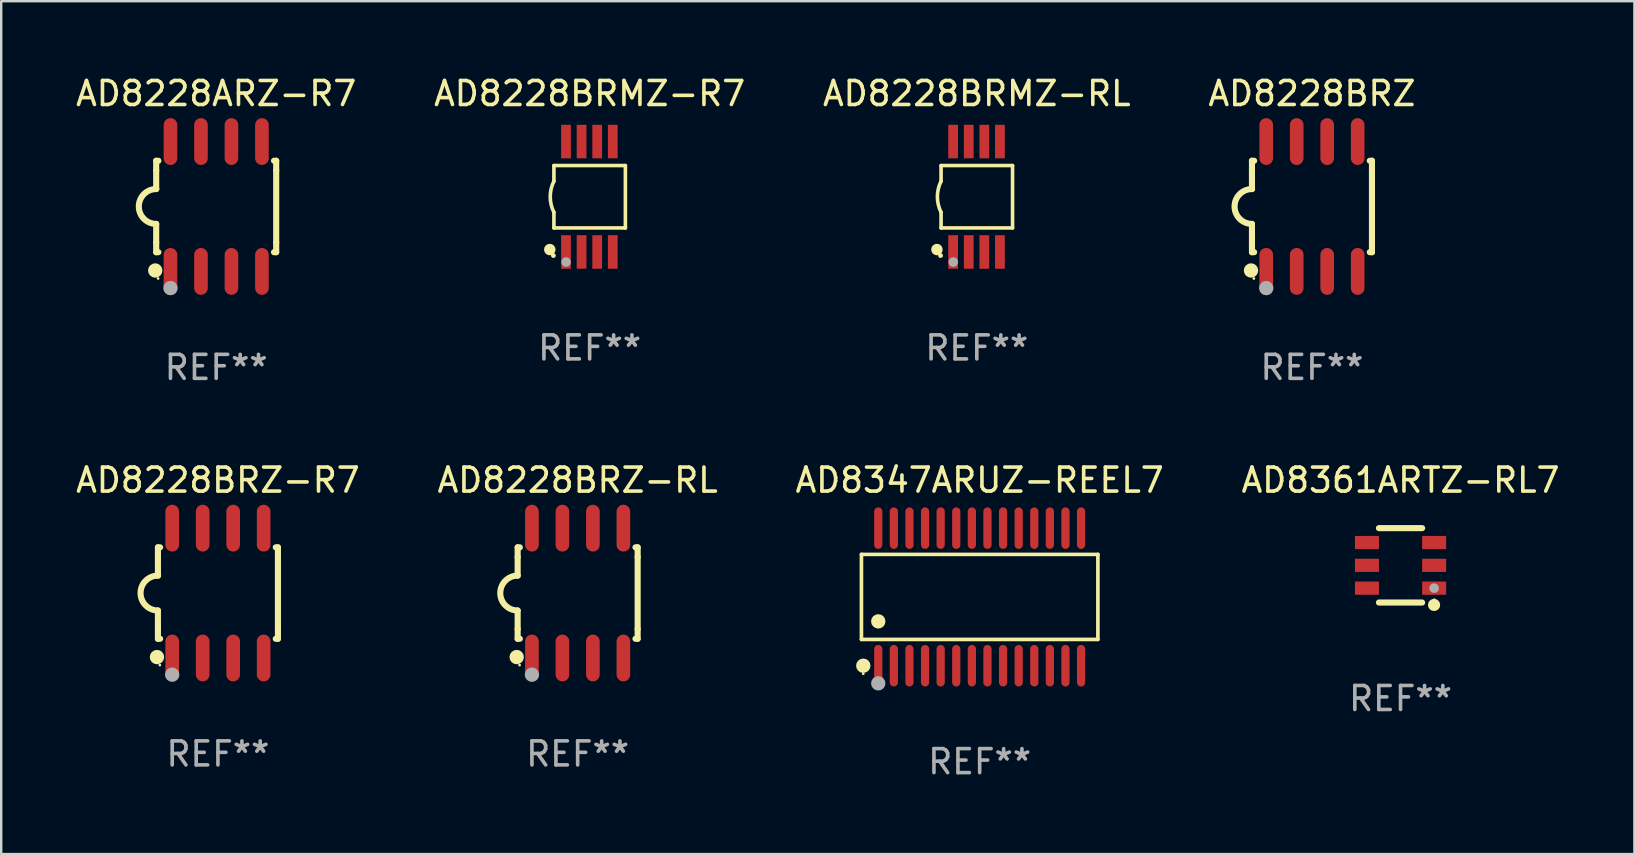
<source format=kicad_pcb>
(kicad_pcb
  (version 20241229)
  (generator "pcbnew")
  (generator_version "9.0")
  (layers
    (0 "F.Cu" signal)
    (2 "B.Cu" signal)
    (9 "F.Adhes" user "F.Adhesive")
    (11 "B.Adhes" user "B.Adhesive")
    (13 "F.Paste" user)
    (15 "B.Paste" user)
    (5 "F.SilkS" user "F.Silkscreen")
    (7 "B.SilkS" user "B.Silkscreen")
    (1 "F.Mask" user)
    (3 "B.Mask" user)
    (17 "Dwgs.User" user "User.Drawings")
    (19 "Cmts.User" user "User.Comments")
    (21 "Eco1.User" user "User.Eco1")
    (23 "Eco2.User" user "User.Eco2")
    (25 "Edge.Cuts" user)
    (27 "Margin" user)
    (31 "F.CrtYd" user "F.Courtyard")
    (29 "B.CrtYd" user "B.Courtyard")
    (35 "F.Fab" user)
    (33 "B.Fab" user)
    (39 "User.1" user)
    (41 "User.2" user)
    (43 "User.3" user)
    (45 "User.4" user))
  (footprint "AD8347ARUZ-REEL7"
    (layer "F.Cu")
    (at 37.768 21.821)
    (property "Reference" "AD8347ARUZ-REEL7" (at 0 -4.866 0) (layer "F.SilkS") (effects (font (size 1 1) (thickness 0.15))))
    (attr through_hole)
    (fp_line (start -4.926 -1.772) (end 4.926 -1.772) (stroke (width 0.152) (type solid)) (layer "F.SilkS"))
    (fp_line (start -4.926 1.771) (end -4.926 -1.772) (stroke (width 0.152) (type solid)) (layer "F.SilkS"))
    (fp_line (start 4.926 -1.772) (end 4.926 1.771) (stroke (width 0.152) (type solid)) (layer "F.SilkS"))
    (fp_line (start 4.926 1.771) (end -4.926 1.771) (stroke (width 0.152) (type solid)) (layer "F.SilkS"))
    (fp_circle (center -4.85 3.2) (end -4.82 3.2) (stroke (width 0.06) (type solid)) (fill no) (layer "F.SilkS"))
    (fp_circle (center -4.849 2.866) (end -4.699 2.866) (stroke (width 0.3) (type solid)) (fill no) (layer "F.SilkS"))
    (fp_circle (center -4.225 1.019) (end -4.075 1.019) (stroke (width 0.3) (type solid)) (fill no) (layer "F.SilkS"))
    (fp_circle (center -4.225 3.6) (end -4.075 3.6) (stroke (width 0.3) (type solid)) (fill no) (layer "F.Fab"))
    (fp_text user "REF**" (at 0 6.866 0) (layer "F.Fab") (effects (font (size 1 1) (thickness 0.15))))
    (pad "1" smd oval (at -4.225 2.866) (size 0.343 1.731) (layers "F.Cu" "F.Mask" "F.Paste"))
    (pad "2" smd oval (at -3.575 2.866) (size 0.343 1.731) (layers "F.Cu" "F.Mask" "F.Paste"))
    (pad "3" smd oval (at -2.925 2.866) (size 0.343 1.731) (layers "F.Cu" "F.Mask" "F.Paste"))
    (pad "4" smd oval (at -2.275 2.866) (size 0.343 1.731) (layers "F.Cu" "F.Mask" "F.Paste"))
    (pad "5" smd oval (at -1.625 2.866) (size 0.343 1.731) (layers "F.Cu" "F.Mask" "F.Paste"))
    (pad "6" smd oval (at -0.975 2.866) (size 0.343 1.731) (layers "F.Cu" "F.Mask" "F.Paste"))
    (pad "7" smd oval (at -0.325 2.866) (size 0.343 1.731) (layers "F.Cu" "F.Mask" "F.Paste"))
    (pad "8" smd oval (at 0.325 2.866) (size 0.343 1.731) (layers "F.Cu" "F.Mask" "F.Paste"))
    (pad "9" smd oval (at 0.975 2.866) (size 0.343 1.731) (layers "F.Cu" "F.Mask" "F.Paste"))
    (pad "10" smd oval (at 1.625 2.866) (size 0.343 1.731) (layers "F.Cu" "F.Mask" "F.Paste"))
    (pad "11" smd oval (at 2.275 2.866) (size 0.343 1.731) (layers "F.Cu" "F.Mask" "F.Paste"))
    (pad "12" smd oval (at 2.925 2.866) (size 0.343 1.731) (layers "F.Cu" "F.Mask" "F.Paste"))
    (pad "13" smd oval (at 3.575 2.866) (size 0.343 1.731) (layers "F.Cu" "F.Mask" "F.Paste"))
    (pad "14" smd oval (at 4.225 2.866) (size 0.343 1.731) (layers "F.Cu" "F.Mask" "F.Paste"))
    (pad "15" smd oval (at 4.225 -2.866) (size 0.343 1.731) (layers "F.Cu" "F.Mask" "F.Paste"))
    (pad "16" smd oval (at 3.575 -2.866) (size 0.343 1.731) (layers "F.Cu" "F.Mask" "F.Paste"))
    (pad "17" smd oval (at 2.925 -2.866) (size 0.343 1.731) (layers "F.Cu" "F.Mask" "F.Paste"))
    (pad "18" smd oval (at 2.275 -2.866) (size 0.343 1.731) (layers "F.Cu" "F.Mask" "F.Paste"))
    (pad "19" smd oval (at 1.625 -2.866) (size 0.343 1.731) (layers "F.Cu" "F.Mask" "F.Paste"))
    (pad "20" smd oval (at 0.975 -2.866) (size 0.343 1.731) (layers "F.Cu" "F.Mask" "F.Paste"))
    (pad "21" smd oval (at 0.325 -2.866) (size 0.343 1.731) (layers "F.Cu" "F.Mask" "F.Paste"))
    (pad "22" smd oval (at -0.325 -2.866) (size 0.343 1.731) (layers "F.Cu" "F.Mask" "F.Paste"))
    (pad "23" smd oval (at -0.975 -2.866) (size 0.343 1.731) (layers "F.Cu" "F.Mask" "F.Paste"))
    (pad "24" smd oval (at -1.625 -2.866) (size 0.343 1.731) (layers "F.Cu" "F.Mask" "F.Paste"))
    (pad "25" smd oval (at -2.275 -2.866) (size 0.343 1.731) (layers "F.Cu" "F.Mask" "F.Paste"))
    (pad "26" smd oval (at -2.925 -2.866) (size 0.343 1.731) (layers "F.Cu" "F.Mask" "F.Paste"))
    (pad "27" smd oval (at -3.575 -2.866) (size 0.343 1.731) (layers "F.Cu" "F.Mask" "F.Paste"))
    (pad "28" smd oval (at -4.225 -2.866) (size 0.343 1.731) (layers "F.Cu" "F.Mask" "F.Paste")))
  (footprint "AD8361ARTZ-RL7"
    (layer "F.Cu")
    (at 55.304 20.505)
    (property "Reference" "AD8361ARTZ-RL7" (at 0 -3.55 0) (layer "F.SilkS") (effects (font (size 1 1) (thickness 0.15))))
    (attr through_hole)
    (fp_line (start -0.9 -1.55) (end 0.9 -1.55) (stroke (width 0.254) (type solid)) (layer "F.SilkS"))
    (fp_line (start -0.9 1.55) (end 0.9 1.55) (stroke (width 0.254) (type solid)) (layer "F.SilkS"))
    (fp_circle (center 1.397 1.651) (end 1.524 1.651) (stroke (width 0.254) (type solid)) (fill no) (layer "F.SilkS"))
    (fp_circle (center 1.4 1.435) (end 1.43 1.435) (stroke (width 0.06) (type solid)) (fill no) (layer "F.SilkS"))
    (fp_circle (center 1.4 0.95) (end 1.5 0.95) (stroke (width 0.2) (type solid)) (fill no) (layer "F.Fab"))
    (fp_text user "REF**" (at 0 5.55 0) (layer "F.Fab") (effects (font (size 1 1) (thickness 0.15))))
    (pad "1" smd rect (at 1.4 0.95) (size 1 0.55) (layers "F.Cu" "F.Mask" "F.Paste"))
    (pad "2" smd rect (at 1.4 -0.000102) (size 1 0.55) (layers "F.Cu" "F.Mask" "F.Paste"))
    (pad "3" smd rect (at 1.4 -0.95) (size 1 0.55) (layers "F.Cu" "F.Mask" "F.Paste"))
    (pad "4" smd rect (at -1.4 -0.95) (size 1 0.55) (layers "F.Cu" "F.Mask" "F.Paste"))
    (pad "5" smd rect (at -1.4 -0.000102) (size 1 0.55) (layers "F.Cu" "F.Mask" "F.Paste"))
    (pad "6" smd rect (at -1.4 0.95) (size 1 0.55) (layers "F.Cu" "F.Mask" "F.Paste")))
  (footprint "AD8228BRMZ-R7"
    (layer "F.Cu")
    (at 21.518 5.148)
    (property "Reference" "AD8228BRMZ-R7" (at 0 -4.3 0) (layer "F.SilkS") (effects (font (size 1 1) (thickness 0.15))))
    (attr through_hole)
    (fp_line (start -1.489 -1.3) (end -1.489 -0.648) (stroke (width 0.15) (type solid)) (layer "F.SilkS"))
    (fp_line (start -1.489 0.648) (end -1.489 1.3) (stroke (width 0.15) (type solid)) (layer "F.SilkS"))
    (fp_line (start -1.489 1.3) (end 1.489 1.3) (stroke (width 0.15) (type solid)) (layer "F.SilkS"))
    (fp_line (start 1.489 -1.3) (end -1.489 -1.3) (stroke (width 0.15) (type solid)) (layer "F.SilkS"))
    (fp_line (start 1.489 1.3) (end 1.489 -1.3) (stroke (width 0.15) (type solid)) (layer "F.SilkS"))
    (fp_arc (start -1.489205 0.647702) (mid -1.642107 0) (end -1.489205 -0.647701) (stroke (width 0.150013) (type solid)) (layer "F.SilkS"))
    (fp_circle (center -1.661 2.2) (end -1.541 2.2) (stroke (width 0.24) (type solid)) (fill no) (layer "F.SilkS"))
    (fp_circle (center -1.511 2.45) (end -1.461 2.45) (stroke (width 0.1) (type solid)) (fill no) (layer "F.SilkS"))
    (fp_circle (center -0.981 2.72) (end -0.881 2.72) (stroke (width 0.2) (type solid)) (fill no) (layer "F.Fab"))
    (fp_text user "REF**" (at 0 6.3 0) (layer "F.Fab") (effects (font (size 1 1) (thickness 0.15))))
    (pad "1" smd rect (at -0.986 2.3) (size 0.406 1.397) (layers "F.Cu" "F.Mask" "F.Paste"))
    (pad "2" smd rect (at -0.336 2.3) (size 0.406 1.397) (layers "F.Cu" "F.Mask" "F.Paste"))
    (pad "3" smd rect (at 0.314 2.3) (size 0.406 1.397) (layers "F.Cu" "F.Mask" "F.Paste"))
    (pad "4" smd rect (at 0.964 2.3) (size 0.406 1.397) (layers "F.Cu" "F.Mask" "F.Paste"))
    (pad "5" smd rect (at 0.964 -2.3) (size 0.406 1.397) (layers "F.Cu" "F.Mask" "F.Paste"))
    (pad "6" smd rect (at 0.314 -2.3) (size 0.406 1.397) (layers "F.Cu" "F.Mask" "F.Paste"))
    (pad "7" smd rect (at -0.336 -2.3) (size 0.406 1.397) (layers "F.Cu" "F.Mask" "F.Paste"))
    (pad "8" smd rect (at -0.986 -2.3) (size 0.406 1.397) (layers "F.Cu" "F.Mask" "F.Paste")))
  (footprint "AD8228BRMZ-RL"
    (layer "F.Cu")
    (at 37.649 5.148)
    (property "Reference" "AD8228BRMZ-RL" (at 0 -4.3 0) (layer "F.SilkS") (effects (font (size 1 1) (thickness 0.15))))
    (attr through_hole)
    (fp_line (start -1.489 -1.3) (end -1.489 -0.648) (stroke (width 0.15) (type solid)) (layer "F.SilkS"))
    (fp_line (start -1.489 0.648) (end -1.489 1.3) (stroke (width 0.15) (type solid)) (layer "F.SilkS"))
    (fp_line (start -1.489 1.3) (end 1.489 1.3) (stroke (width 0.15) (type solid)) (layer "F.SilkS"))
    (fp_line (start 1.489 -1.3) (end -1.489 -1.3) (stroke (width 0.15) (type solid)) (layer "F.SilkS"))
    (fp_line (start 1.489 1.3) (end 1.489 -1.3) (stroke (width 0.15) (type solid)) (layer "F.SilkS"))
    (fp_arc (start -1.489205 0.647702) (mid -1.642107 0) (end -1.489205 -0.647701) (stroke (width 0.150013) (type solid)) (layer "F.SilkS"))
    (fp_circle (center -1.661 2.2) (end -1.541 2.2) (stroke (width 0.24) (type solid)) (fill no) (layer "F.SilkS"))
    (fp_circle (center -1.511 2.45) (end -1.461 2.45) (stroke (width 0.1) (type solid)) (fill no) (layer "F.SilkS"))
    (fp_circle (center -0.981 2.72) (end -0.881 2.72) (stroke (width 0.2) (type solid)) (fill no) (layer "F.Fab"))
    (fp_text user "REF**" (at 0 6.3 0) (layer "F.Fab") (effects (font (size 1 1) (thickness 0.15))))
    (pad "1" smd rect (at -0.986 2.3) (size 0.406 1.397) (layers "F.Cu" "F.Mask" "F.Paste"))
    (pad "2" smd rect (at -0.336 2.3) (size 0.406 1.397) (layers "F.Cu" "F.Mask" "F.Paste"))
    (pad "3" smd rect (at 0.314 2.3) (size 0.406 1.397) (layers "F.Cu" "F.Mask" "F.Paste"))
    (pad "4" smd rect (at 0.964 2.3) (size 0.406 1.397) (layers "F.Cu" "F.Mask" "F.Paste"))
    (pad "5" smd rect (at 0.964 -2.3) (size 0.406 1.397) (layers "F.Cu" "F.Mask" "F.Paste"))
    (pad "6" smd rect (at 0.314 -2.3) (size 0.406 1.397) (layers "F.Cu" "F.Mask" "F.Paste"))
    (pad "7" smd rect (at -0.336 -2.3) (size 0.406 1.397) (layers "F.Cu" "F.Mask" "F.Paste"))
    (pad "8" smd rect (at -0.986 -2.3) (size 0.406 1.397) (layers "F.Cu" "F.Mask" "F.Paste")))
  (footprint "AD8228BRZ-R7"
    (layer "F.Cu")
    (at 6.03 21.66)
    (property "Reference" "AD8228BRZ-R7" (at 0 -4.705 0) (layer "F.SilkS") (effects (font (size 1 1) (thickness 0.15))))
    (attr through_hole)
    (fp_line (start -2.5 -1.905) (end -2.409 -1.905) (stroke (width 0.254) (type solid)) (layer "F.SilkS"))
    (fp_line (start -2.5 -1.5) (end -2.5 -1.905) (stroke (width 0.254) (type solid)) (layer "F.SilkS"))
    (fp_line (start -2.5 -1.5) (end -2.5 -0.726) (stroke (width 0.254) (type solid)) (layer "F.SilkS"))
    (fp_line (start -2.5 1.5) (end -2.5 0.727) (stroke (width 0.254) (type solid)) (layer "F.SilkS"))
    (fp_line (start -2.5 1.5) (end -2.5 1.905) (stroke (width 0.254) (type solid)) (layer "F.SilkS"))
    (fp_line (start -2.5 1.905) (end -2.409 1.905) (stroke (width 0.254) (type solid)) (layer "F.SilkS"))
    (fp_line (start 2.5 -1.905) (end 2.409 -1.905) (stroke (width 0.254) (type solid)) (layer "F.SilkS"))
    (fp_line (start 2.5 -1.5) (end 2.5 -1.905) (stroke (width 0.254) (type solid)) (layer "F.SilkS"))
    (fp_line (start 2.5 -1.5) (end 2.5 1.5) (stroke (width 0.254) (type solid)) (layer "F.SilkS"))
    (fp_line (start 2.5 1.5) (end 2.5 1.905) (stroke (width 0.254) (type solid)) (layer "F.SilkS"))
    (fp_line (start 2.5 1.905) (end 2.409 1.905) (stroke (width 0.254) (type solid)) (layer "F.SilkS"))
    (fp_arc (start -2.5 0.726568) (mid -3.220316 -0.0023) (end -2.495097 -0.726289) (stroke (width 0.254001) (type solid)) (layer "F.SilkS"))
    (fp_circle (center -2.54 2.667) (end -2.39 2.667) (stroke (width 0.3) (type solid)) (fill no) (layer "F.SilkS"))
    (fp_circle (center -2.42 3) (end -2.39 3) (stroke (width 0.06) (type solid)) (fill no) (layer "F.SilkS"))
    (fp_circle (center -1.905 3.4) (end -1.755 3.4) (stroke (width 0.3) (type solid)) (fill no) (layer "F.Fab"))
    (fp_text user "REF**" (at 0 6.705 0) (layer "F.Fab") (effects (font (size 1 1) (thickness 0.15))))
    (pad "1" smd oval (at -1.905 2.705) (size 0.568 1.95) (layers "F.Cu" "F.Mask" "F.Paste"))
    (pad "2" smd oval (at -0.635 2.705) (size 0.568 1.95) (layers "F.Cu" "F.Mask" "F.Paste"))
    (pad "3" smd oval (at 0.635 2.705) (size 0.568 1.95) (layers "F.Cu" "F.Mask" "F.Paste"))
    (pad "4" smd oval (at 1.905 2.705) (size 0.568 1.95) (layers "F.Cu" "F.Mask" "F.Paste"))
    (pad "5" smd oval (at 1.905 -2.705) (size 0.568 1.95) (layers "F.Cu" "F.Mask" "F.Paste"))
    (pad "6" smd oval (at 0.635 -2.705) (size 0.568 1.95) (layers "F.Cu" "F.Mask" "F.Paste"))
    (pad "7" smd oval (at -0.635 -2.705) (size 0.568 1.95) (layers "F.Cu" "F.Mask" "F.Paste"))
    (pad "8" smd oval (at -1.905 -2.705) (size 0.568 1.95) (layers "F.Cu" "F.Mask" "F.Paste")))
  (footprint "AD8228BRZ"
    (layer "F.Cu")
    (at 51.613 5.553)
    (property "Reference" "AD8228BRZ" (at 0 -4.705 0) (layer "F.SilkS") (effects (font (size 1 1) (thickness 0.15))))
    (attr through_hole)
    (fp_line (start -2.5 -1.905) (end -2.409 -1.905) (stroke (width 0.254) (type solid)) (layer "F.SilkS"))
    (fp_line (start -2.5 -1.5) (end -2.5 -1.905) (stroke (width 0.254) (type solid)) (layer "F.SilkS"))
    (fp_line (start -2.5 -1.5) (end -2.5 -0.726) (stroke (width 0.254) (type solid)) (layer "F.SilkS"))
    (fp_line (start -2.5 1.5) (end -2.5 0.727) (stroke (width 0.254) (type solid)) (layer "F.SilkS"))
    (fp_line (start -2.5 1.5) (end -2.5 1.905) (stroke (width 0.254) (type solid)) (layer "F.SilkS"))
    (fp_line (start -2.5 1.905) (end -2.409 1.905) (stroke (width 0.254) (type solid)) (layer "F.SilkS"))
    (fp_line (start 2.5 -1.905) (end 2.409 -1.905) (stroke (width 0.254) (type solid)) (layer "F.SilkS"))
    (fp_line (start 2.5 -1.5) (end 2.5 -1.905) (stroke (width 0.254) (type solid)) (layer "F.SilkS"))
    (fp_line (start 2.5 -1.5) (end 2.5 1.5) (stroke (width 0.254) (type solid)) (layer "F.SilkS"))
    (fp_line (start 2.5 1.5) (end 2.5 1.905) (stroke (width 0.254) (type solid)) (layer "F.SilkS"))
    (fp_line (start 2.5 1.905) (end 2.409 1.905) (stroke (width 0.254) (type solid)) (layer "F.SilkS"))
    (fp_arc (start -2.5 0.726568) (mid -3.220316 -0.0023) (end -2.495097 -0.726289) (stroke (width 0.254001) (type solid)) (layer "F.SilkS"))
    (fp_circle (center -2.54 2.667) (end -2.39 2.667) (stroke (width 0.3) (type solid)) (fill no) (layer "F.SilkS"))
    (fp_circle (center -2.42 3) (end -2.39 3) (stroke (width 0.06) (type solid)) (fill no) (layer "F.SilkS"))
    (fp_circle (center -1.905 3.4) (end -1.755 3.4) (stroke (width 0.3) (type solid)) (fill no) (layer "F.Fab"))
    (fp_text user "REF**" (at 0 6.705 0) (layer "F.Fab") (effects (font (size 1 1) (thickness 0.15))))
    (pad "1" smd oval (at -1.905 2.705) (size 0.568 1.95) (layers "F.Cu" "F.Mask" "F.Paste"))
    (pad "2" smd oval (at -0.635 2.705) (size 0.568 1.95) (layers "F.Cu" "F.Mask" "F.Paste"))
    (pad "3" smd oval (at 0.635 2.705) (size 0.568 1.95) (layers "F.Cu" "F.Mask" "F.Paste"))
    (pad "4" smd oval (at 1.905 2.705) (size 0.568 1.95) (layers "F.Cu" "F.Mask" "F.Paste"))
    (pad "5" smd oval (at 1.905 -2.705) (size 0.568 1.95) (layers "F.Cu" "F.Mask" "F.Paste"))
    (pad "6" smd oval (at 0.635 -2.705) (size 0.568 1.95) (layers "F.Cu" "F.Mask" "F.Paste"))
    (pad "7" smd oval (at -0.635 -2.705) (size 0.568 1.95) (layers "F.Cu" "F.Mask" "F.Paste"))
    (pad "8" smd oval (at -1.905 -2.705) (size 0.568 1.95) (layers "F.Cu" "F.Mask" "F.Paste")))
  (footprint "AD8228BRZ-RL"
    (layer "F.Cu")
    (at 21.018 21.66)
    (property "Reference" "AD8228BRZ-RL" (at 0 -4.705 0) (layer "F.SilkS") (effects (font (size 1 1) (thickness 0.15))))
    (attr through_hole)
    (fp_line (start -2.5 -1.905) (end -2.409 -1.905) (stroke (width 0.254) (type solid)) (layer "F.SilkS"))
    (fp_line (start -2.5 -1.5) (end -2.5 -1.905) (stroke (width 0.254) (type solid)) (layer "F.SilkS"))
    (fp_line (start -2.5 -1.5) (end -2.5 -0.726) (stroke (width 0.254) (type solid)) (layer "F.SilkS"))
    (fp_line (start -2.5 1.5) (end -2.5 0.727) (stroke (width 0.254) (type solid)) (layer "F.SilkS"))
    (fp_line (start -2.5 1.5) (end -2.5 1.905) (stroke (width 0.254) (type solid)) (layer "F.SilkS"))
    (fp_line (start -2.5 1.905) (end -2.409 1.905) (stroke (width 0.254) (type solid)) (layer "F.SilkS"))
    (fp_line (start 2.5 -1.905) (end 2.409 -1.905) (stroke (width 0.254) (type solid)) (layer "F.SilkS"))
    (fp_line (start 2.5 -1.5) (end 2.5 -1.905) (stroke (width 0.254) (type solid)) (layer "F.SilkS"))
    (fp_line (start 2.5 -1.5) (end 2.5 1.5) (stroke (width 0.254) (type solid)) (layer "F.SilkS"))
    (fp_line (start 2.5 1.5) (end 2.5 1.905) (stroke (width 0.254) (type solid)) (layer "F.SilkS"))
    (fp_line (start 2.5 1.905) (end 2.409 1.905) (stroke (width 0.254) (type solid)) (layer "F.SilkS"))
    (fp_arc (start -2.5 0.726568) (mid -3.220316 -0.0023) (end -2.495097 -0.726289) (stroke (width 0.254001) (type solid)) (layer "F.SilkS"))
    (fp_circle (center -2.54 2.667) (end -2.39 2.667) (stroke (width 0.3) (type solid)) (fill no) (layer "F.SilkS"))
    (fp_circle (center -2.42 3) (end -2.39 3) (stroke (width 0.06) (type solid)) (fill no) (layer "F.SilkS"))
    (fp_circle (center -1.905 3.4) (end -1.755 3.4) (stroke (width 0.3) (type solid)) (fill no) (layer "F.Fab"))
    (fp_text user "REF**" (at 0 6.705 0) (layer "F.Fab") (effects (font (size 1 1) (thickness 0.15))))
    (pad "1" smd oval (at -1.905 2.705) (size 0.568 1.95) (layers "F.Cu" "F.Mask" "F.Paste"))
    (pad "2" smd oval (at -0.635 2.705) (size 0.568 1.95) (layers "F.Cu" "F.Mask" "F.Paste"))
    (pad "3" smd oval (at 0.635 2.705) (size 0.568 1.95) (layers "F.Cu" "F.Mask" "F.Paste"))
    (pad "4" smd oval (at 1.905 2.705) (size 0.568 1.95) (layers "F.Cu" "F.Mask" "F.Paste"))
    (pad "5" smd oval (at 1.905 -2.705) (size 0.568 1.95) (layers "F.Cu" "F.Mask" "F.Paste"))
    (pad "6" smd oval (at 0.635 -2.705) (size 0.568 1.95) (layers "F.Cu" "F.Mask" "F.Paste"))
    (pad "7" smd oval (at -0.635 -2.705) (size 0.568 1.95) (layers "F.Cu" "F.Mask" "F.Paste"))
    (pad "8" smd oval (at -1.905 -2.705) (size 0.568 1.95) (layers "F.Cu" "F.Mask" "F.Paste")))
  (footprint "AD8228ARZ-R7"
    (layer "F.Cu")
    (at 5.958 5.553)
    (property "Reference" "AD8228ARZ-R7" (at 0 -4.705 0) (layer "F.SilkS") (effects (font (size 1 1) (thickness 0.15))))
    (attr through_hole)
    (fp_line (start -2.5 -1.905) (end -2.409 -1.905) (stroke (width 0.254) (type solid)) (layer "F.SilkS"))
    (fp_line (start -2.5 -1.5) (end -2.5 -1.905) (stroke (width 0.254) (type solid)) (layer "F.SilkS"))
    (fp_line (start -2.5 -1.5) (end -2.5 -0.726) (stroke (width 0.254) (type solid)) (layer "F.SilkS"))
    (fp_line (start -2.5 1.5) (end -2.5 0.727) (stroke (width 0.254) (type solid)) (layer "F.SilkS"))
    (fp_line (start -2.5 1.5) (end -2.5 1.905) (stroke (width 0.254) (type solid)) (layer "F.SilkS"))
    (fp_line (start -2.5 1.905) (end -2.409 1.905) (stroke (width 0.254) (type solid)) (layer "F.SilkS"))
    (fp_line (start 2.5 -1.905) (end 2.409 -1.905) (stroke (width 0.254) (type solid)) (layer "F.SilkS"))
    (fp_line (start 2.5 -1.5) (end 2.5 -1.905) (stroke (width 0.254) (type solid)) (layer "F.SilkS"))
    (fp_line (start 2.5 -1.5) (end 2.5 1.5) (stroke (width 0.254) (type solid)) (layer "F.SilkS"))
    (fp_line (start 2.5 1.5) (end 2.5 1.905) (stroke (width 0.254) (type solid)) (layer "F.SilkS"))
    (fp_line (start 2.5 1.905) (end 2.409 1.905) (stroke (width 0.254) (type solid)) (layer "F.SilkS"))
    (fp_arc (start -2.5 0.726568) (mid -3.220316 -0.0023) (end -2.495097 -0.726289) (stroke (width 0.254001) (type solid)) (layer "F.SilkS"))
    (fp_circle (center -2.54 2.667) (end -2.39 2.667) (stroke (width 0.3) (type solid)) (fill no) (layer "F.SilkS"))
    (fp_circle (center -2.42 3) (end -2.39 3) (stroke (width 0.06) (type solid)) (fill no) (layer "F.SilkS"))
    (fp_circle (center -1.905 3.4) (end -1.755 3.4) (stroke (width 0.3) (type solid)) (fill no) (layer "F.Fab"))
    (fp_text user "REF**" (at 0 6.705 0) (layer "F.Fab") (effects (font (size 1 1) (thickness 0.15))))
    (pad "1" smd oval (at -1.905 2.705) (size 0.568 1.95) (layers "F.Cu" "F.Mask" "F.Paste"))
    (pad "2" smd oval (at -0.635 2.705) (size 0.568 1.95) (layers "F.Cu" "F.Mask" "F.Paste"))
    (pad "3" smd oval (at 0.635 2.705) (size 0.568 1.95) (layers "F.Cu" "F.Mask" "F.Paste"))
    (pad "4" smd oval (at 1.905 2.705) (size 0.568 1.95) (layers "F.Cu" "F.Mask" "F.Paste"))
    (pad "5" smd oval (at 1.905 -2.705) (size 0.568 1.95) (layers "F.Cu" "F.Mask" "F.Paste"))
    (pad "6" smd oval (at 0.635 -2.705) (size 0.568 1.95) (layers "F.Cu" "F.Mask" "F.Paste"))
    (pad "7" smd oval (at -0.635 -2.705) (size 0.568 1.95) (layers "F.Cu" "F.Mask" "F.Paste"))
    (pad "8" smd oval (at -1.905 -2.705) (size 0.568 1.95) (layers "F.Cu" "F.Mask" "F.Paste")))
  (gr_rect
    (start -3 -3)
    (end 65.048 32.535)
    (stroke (width 0.1) (type default))
    (fill no)
    (layer "Edge.Cuts")))
</source>
